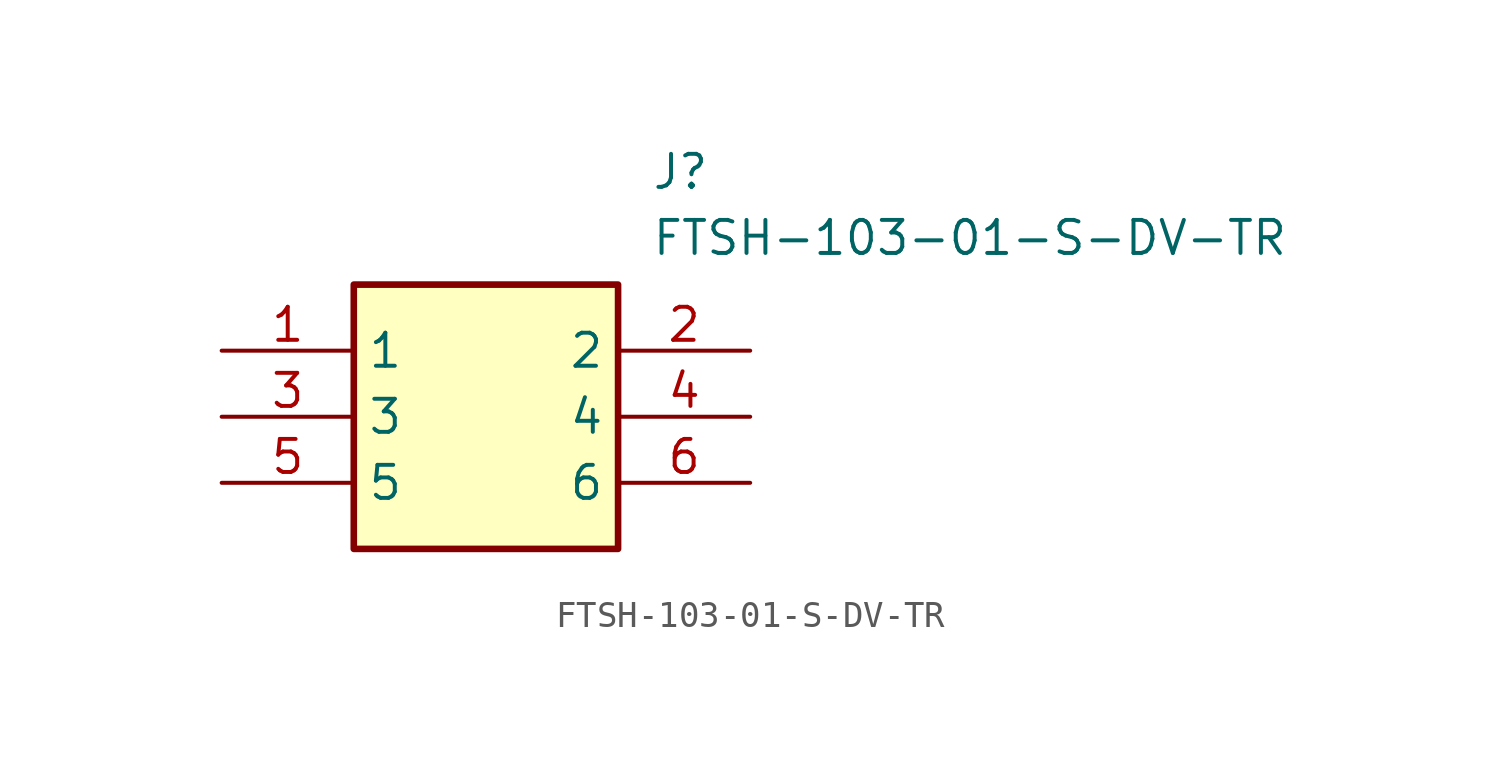
<source format=kicad_sym>
(kicad_symbol_lib
  (version 20211014)
  (generator SamacSys_ECAD_Model)
  (symbol "FTSH-103-01-S-DV-TR"
    (property "Reference" "J"
      (at 16.51 7.62 0)
      (effects (font (size 1.27 1.27)) (justify left top)))
    (property "Value" "FTSH-103-01-S-DV-TR"
      (at 16.51 5.08 0)
      (effects (font (size 1.27 1.27)) (justify left top)))
    (rectangle
      (start 5.08 2.54)
      (end 15.24 -7.62)
      (stroke (width 0.254) (type default))
      (fill (type background)))
    (pin passive line
      (at 0 0 0)
      (length 5.08)
      (name "1" (effects (font (size 1.27 1.27))))
      (number "1" (effects (font (size 1.27 1.27)))))
    (pin passive line
      (at 20.32 0 180)
      (length 5.08)
      (name "2" (effects (font (size 1.27 1.27))))
      (number "2" (effects (font (size 1.27 1.27)))))
    (pin passive line
      (at 0 -2.54 0)
      (length 5.08)
      (name "3" (effects (font (size 1.27 1.27))))
      (number "3" (effects (font (size 1.27 1.27)))))
    (pin passive line
      (at 20.32 -2.54 180)
      (length 5.08)
      (name "4" (effects (font (size 1.27 1.27))))
      (number "4" (effects (font (size 1.27 1.27)))))
    (pin passive line
      (at 0 -5.08 0)
      (length 5.08)
      (name "5" (effects (font (size 1.27 1.27))))
      (number "5" (effects (font (size 1.27 1.27)))))
    (pin passive line
      (at 20.32 -5.08 180)
      (length 5.08)
      (name "6" (effects (font (size 1.27 1.27))))
      (number "6" (effects (font (size 1.27 1.27)))))))
</source>
